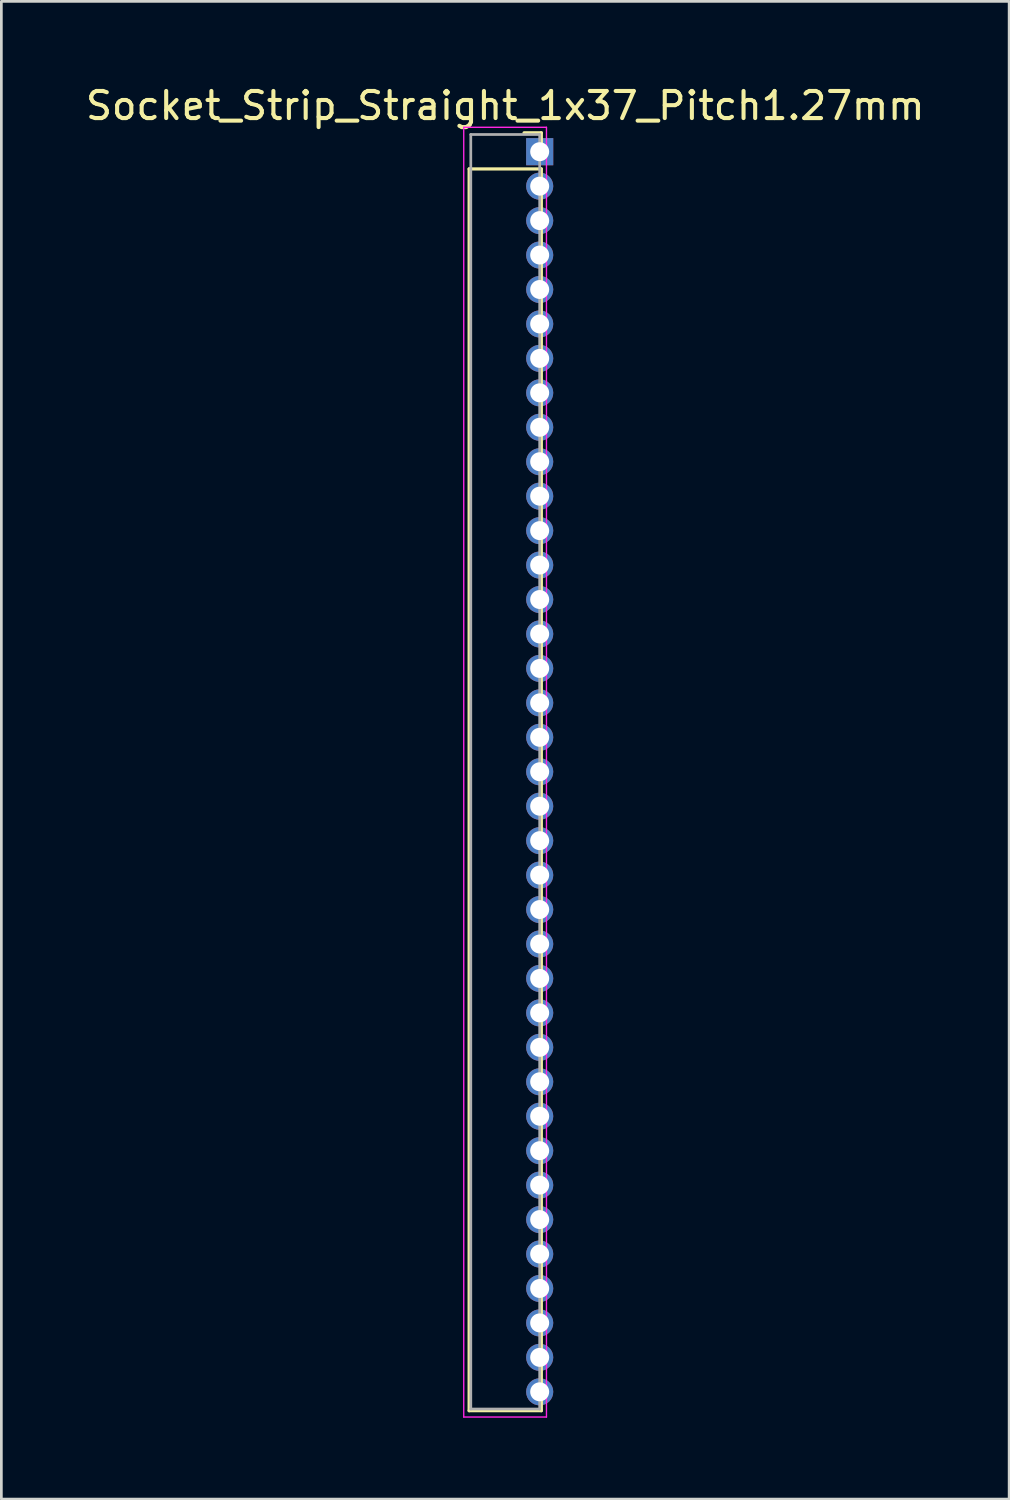
<source format=kicad_pcb>
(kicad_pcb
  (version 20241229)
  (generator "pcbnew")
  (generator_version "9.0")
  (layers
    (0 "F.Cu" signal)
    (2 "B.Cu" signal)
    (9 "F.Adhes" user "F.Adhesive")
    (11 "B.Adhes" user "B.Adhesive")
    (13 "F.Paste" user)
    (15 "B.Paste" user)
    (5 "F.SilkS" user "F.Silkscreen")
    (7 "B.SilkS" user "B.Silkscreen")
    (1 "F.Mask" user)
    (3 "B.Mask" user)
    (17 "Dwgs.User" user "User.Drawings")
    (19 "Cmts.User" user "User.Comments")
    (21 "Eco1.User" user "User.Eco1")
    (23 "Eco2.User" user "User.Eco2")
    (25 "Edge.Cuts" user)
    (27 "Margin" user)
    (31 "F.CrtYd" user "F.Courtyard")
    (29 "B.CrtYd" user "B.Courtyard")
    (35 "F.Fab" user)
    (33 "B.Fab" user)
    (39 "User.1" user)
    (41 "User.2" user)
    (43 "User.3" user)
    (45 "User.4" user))
  (footprint "Socket_Strip_Straight_1x37_Pitch1.27mm"
    (layer "F.Cu")
    (at 16.847 2.543)
    (property "Reference" "Socket_Strip_Straight_1x37_Pitch1.27mm" (at -1.27 -1.695 0) (layer "F.SilkS") (effects (font (size 1 1) (thickness 0.15))))
    (attr through_hole)
    (fp_line (start -2.6 0.635) (end -2.6 46.415) (stroke (width 0.12) (type solid)) (layer "F.SilkS"))
    (fp_line (start -2.6 46.415) (end 0.06 46.415) (stroke (width 0.12) (type solid)) (layer "F.SilkS"))
    (fp_line (start 0.06 -0.695) (end -0.575 -0.695) (stroke (width 0.12) (type solid)) (layer "F.SilkS"))
    (fp_line (start 0.06 0) (end 0.06 -0.695) (stroke (width 0.12) (type solid)) (layer "F.SilkS"))
    (fp_line (start 0.06 0.635) (end -2.6 0.635) (stroke (width 0.12) (type solid)) (layer "F.SilkS"))
    (fp_line (start 0.06 46.415) (end 0.06 0.635) (stroke (width 0.12) (type solid)) (layer "F.SilkS"))
    (fp_line (start -2.8 -0.9) (end -2.8 46.65) (stroke (width 0.05) (type solid)) (layer "F.CrtYd"))
    (fp_line (start -2.8 46.65) (end 0.25 46.65) (stroke (width 0.05) (type solid)) (layer "F.CrtYd"))
    (fp_line (start 0.25 -0.9) (end -2.8 -0.9) (stroke (width 0.05) (type solid)) (layer "F.CrtYd"))
    (fp_line (start 0.25 46.65) (end 0.25 -0.9) (stroke (width 0.05) (type solid)) (layer "F.CrtYd"))
    (fp_line (start -2.54 -0.635) (end -2.54 46.355) (stroke (width 0.1) (type solid)) (layer "F.Fab"))
    (fp_line (start -2.54 46.355) (end 0 46.355) (stroke (width 0.1) (type solid)) (layer "F.Fab"))
    (fp_line (start 0 -0.635) (end -2.54 -0.635) (stroke (width 0.1) (type solid)) (layer "F.Fab"))
    (fp_line (start 0 46.355) (end 0 -0.635) (stroke (width 0.1) (type solid)) (layer "F.Fab"))
    (pad "1" thru_hole rect (at 0 0) (size 1 1) (drill 0.7) (layers "*.Cu" "*.Mask"))
    (pad "2" thru_hole oval (at 0 1.27) (size 1 1) (drill 0.7) (layers "*.Cu" "*.Mask"))
    (pad "3" thru_hole oval (at 0 2.54) (size 1 1) (drill 0.7) (layers "*.Cu" "*.Mask"))
    (pad "4" thru_hole oval (at 0 3.81) (size 1 1) (drill 0.7) (layers "*.Cu" "*.Mask"))
    (pad "5" thru_hole oval (at 0 5.08) (size 1 1) (drill 0.7) (layers "*.Cu" "*.Mask"))
    (pad "6" thru_hole oval (at 0 6.35) (size 1 1) (drill 0.7) (layers "*.Cu" "*.Mask"))
    (pad "7" thru_hole oval (at 0 7.62) (size 1 1) (drill 0.7) (layers "*.Cu" "*.Mask"))
    (pad "8" thru_hole oval (at 0 8.89) (size 1 1) (drill 0.7) (layers "*.Cu" "*.Mask"))
    (pad "9" thru_hole oval (at 0 10.16) (size 1 1) (drill 0.7) (layers "*.Cu" "*.Mask"))
    (pad "10" thru_hole oval (at 0 11.43) (size 1 1) (drill 0.7) (layers "*.Cu" "*.Mask"))
    (pad "11" thru_hole oval (at 0 12.7) (size 1 1) (drill 0.7) (layers "*.Cu" "*.Mask"))
    (pad "12" thru_hole oval (at 0 13.97) (size 1 1) (drill 0.7) (layers "*.Cu" "*.Mask"))
    (pad "13" thru_hole oval (at 0 15.24) (size 1 1) (drill 0.7) (layers "*.Cu" "*.Mask"))
    (pad "14" thru_hole oval (at 0 16.51) (size 1 1) (drill 0.7) (layers "*.Cu" "*.Mask"))
    (pad "15" thru_hole oval (at 0 17.78) (size 1 1) (drill 0.7) (layers "*.Cu" "*.Mask"))
    (pad "16" thru_hole oval (at 0 19.05) (size 1 1) (drill 0.7) (layers "*.Cu" "*.Mask"))
    (pad "17" thru_hole oval (at 0 20.32) (size 1 1) (drill 0.7) (layers "*.Cu" "*.Mask"))
    (pad "18" thru_hole oval (at 0 21.59) (size 1 1) (drill 0.7) (layers "*.Cu" "*.Mask"))
    (pad "19" thru_hole oval (at 0 22.86) (size 1 1) (drill 0.7) (layers "*.Cu" "*.Mask"))
    (pad "20" thru_hole oval (at 0 24.13) (size 1 1) (drill 0.7) (layers "*.Cu" "*.Mask"))
    (pad "21" thru_hole oval (at 0 25.4) (size 1 1) (drill 0.7) (layers "*.Cu" "*.Mask"))
    (pad "22" thru_hole oval (at 0 26.67) (size 1 1) (drill 0.7) (layers "*.Cu" "*.Mask"))
    (pad "23" thru_hole oval (at 0 27.94) (size 1 1) (drill 0.7) (layers "*.Cu" "*.Mask"))
    (pad "24" thru_hole oval (at 0 29.21) (size 1 1) (drill 0.7) (layers "*.Cu" "*.Mask"))
    (pad "25" thru_hole oval (at 0 30.48) (size 1 1) (drill 0.7) (layers "*.Cu" "*.Mask"))
    (pad "26" thru_hole oval (at 0 31.75) (size 1 1) (drill 0.7) (layers "*.Cu" "*.Mask"))
    (pad "27" thru_hole oval (at 0 33.02) (size 1 1) (drill 0.7) (layers "*.Cu" "*.Mask"))
    (pad "28" thru_hole oval (at 0 34.29) (size 1 1) (drill 0.7) (layers "*.Cu" "*.Mask"))
    (pad "29" thru_hole oval (at 0 35.56) (size 1 1) (drill 0.7) (layers "*.Cu" "*.Mask"))
    (pad "30" thru_hole oval (at 0 36.83) (size 1 1) (drill 0.7) (layers "*.Cu" "*.Mask"))
    (pad "31" thru_hole oval (at 0 38.1) (size 1 1) (drill 0.7) (layers "*.Cu" "*.Mask"))
    (pad "32" thru_hole oval (at 0 39.37) (size 1 1) (drill 0.7) (layers "*.Cu" "*.Mask"))
    (pad "33" thru_hole oval (at 0 40.64) (size 1 1) (drill 0.7) (layers "*.Cu" "*.Mask"))
    (pad "34" thru_hole oval (at 0 41.91) (size 1 1) (drill 0.7) (layers "*.Cu" "*.Mask"))
    (pad "35" thru_hole oval (at 0 43.18) (size 1 1) (drill 0.7) (layers "*.Cu" "*.Mask"))
    (pad "36" thru_hole oval (at 0 44.45) (size 1 1) (drill 0.7) (layers "*.Cu" "*.Mask"))
    (pad "37" thru_hole oval (at 0 45.72) (size 1 1) (drill 0.7) (layers "*.Cu" "*.Mask")))
  (gr_rect
    (start -3 -3)
    (end 34.155 52.218)
    (stroke (width 0.1) (type default))
    (fill no)
    (layer "Edge.Cuts")))
</source>
